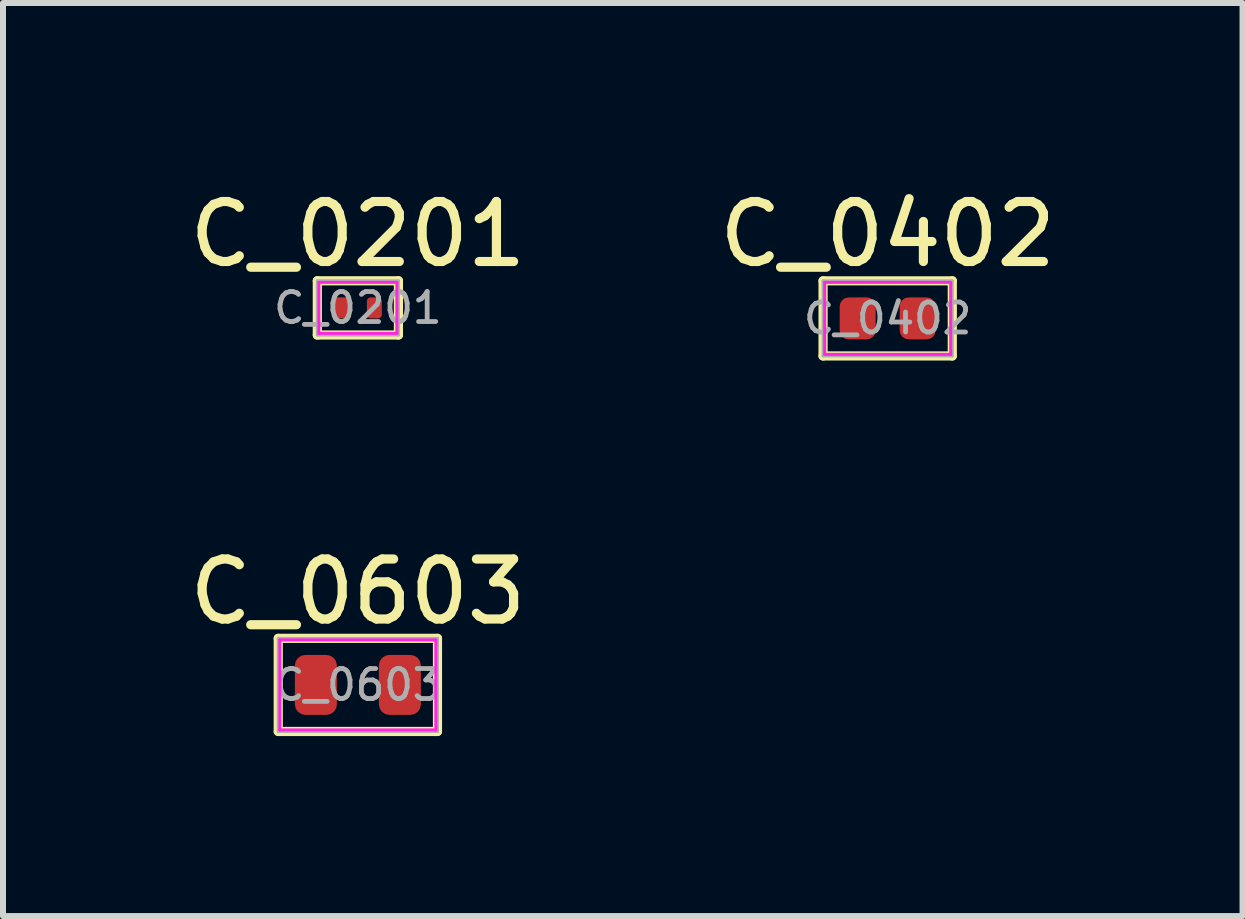
<source format=kicad_pcb>
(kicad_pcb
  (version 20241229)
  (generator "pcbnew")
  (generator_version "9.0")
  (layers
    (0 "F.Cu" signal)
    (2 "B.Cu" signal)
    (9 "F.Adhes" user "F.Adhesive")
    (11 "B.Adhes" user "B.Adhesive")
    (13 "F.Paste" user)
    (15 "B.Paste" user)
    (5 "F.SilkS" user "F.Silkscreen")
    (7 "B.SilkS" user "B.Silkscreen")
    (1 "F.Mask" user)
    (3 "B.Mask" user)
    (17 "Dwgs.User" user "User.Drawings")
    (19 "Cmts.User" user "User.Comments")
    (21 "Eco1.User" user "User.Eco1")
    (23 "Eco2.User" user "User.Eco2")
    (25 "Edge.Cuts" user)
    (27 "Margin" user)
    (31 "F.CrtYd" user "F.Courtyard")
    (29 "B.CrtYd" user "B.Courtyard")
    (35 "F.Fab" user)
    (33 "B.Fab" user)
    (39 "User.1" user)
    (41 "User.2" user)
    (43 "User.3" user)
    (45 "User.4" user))
  (footprint "C_0402"
    (layer "F.Cu")
    (at 11.746 2.257)
    (property "Reference" "C_0402" (at 0 -1.403 0) (layer "F.SilkS") (effects (font (size 1 1) (thickness 0.153))))
    (attr smd)
    (fp_line (start -1.077 -0.626) (end 1.077 -0.626) (stroke (width 0.153) (type default)) (layer "F.SilkS"))
    (fp_line (start -1.077 0.626) (end -1.077 -0.626) (stroke (width 0.153) (type default)) (layer "F.SilkS"))
    (fp_line (start 1.077 -0.626) (end 1.077 0.626) (stroke (width 0.153) (type default)) (layer "F.SilkS"))
    (fp_line (start 1.077 0.626) (end -1.077 0.626) (stroke (width 0.153) (type default)) (layer "F.SilkS"))
    (fp_line (start -1.05 -0.6) (end 1.05 -0.6) (stroke (width 0.05) (type default)) (layer "F.CrtYd"))
    (fp_line (start -1.05 0.6) (end -1.05 -0.6) (stroke (width 0.05) (type default)) (layer "F.CrtYd"))
    (fp_line (start 1.05 -0.6) (end 1.05 0.6) (stroke (width 0.05) (type default)) (layer "F.CrtYd"))
    (fp_line (start 1.05 0.6) (end -1.05 0.6) (stroke (width 0.05) (type default)) (layer "F.CrtYd"))
    (fp_line (start -1.077 -0.626) (end 1.077 -0.626) (stroke (width 0.05) (type default)) (layer "F.Fab"))
    (fp_line (start -1.077 0.626) (end -1.077 -0.626) (stroke (width 0.05) (type default)) (layer "F.Fab"))
    (fp_line (start 1.077 -0.626) (end 1.077 0.626) (stroke (width 0.05) (type default)) (layer "F.Fab"))
    (fp_line (start 1.077 0.626) (end -1.077 0.626) (stroke (width 0.05) (type default)) (layer "F.Fab"))
    (fp_text user "${REFERENCE}" (at 0 0 0) (layer "F.Fab") (effects (font (size 0.5 0.5) (thickness 0.08))))
    (pad "1" smd roundrect (at -0.5 0) (size 0.6 0.7) (layers "F.Cu" "F.Mask" "F.Paste") (roundrect_rratio 0.25))
    (pad "2" smd roundrect (at 0.5 0) (size 0.6 0.7) (layers "F.Cu" "F.Mask" "F.Paste") (roundrect_rratio 0.25)))
  (footprint "C_0603"
    (layer "F.Cu")
    (at 2.915 8.366)
    (property "Reference" "C_0603" (at 0 -1.553 0) (layer "F.SilkS") (effects (font (size 1 1) (thickness 0.153))))
    (attr smd)
    (fp_line (start -1.327 -0.776) (end 1.327 -0.776) (stroke (width 0.153) (type default)) (layer "F.SilkS"))
    (fp_line (start -1.327 0.776) (end -1.327 -0.776) (stroke (width 0.153) (type default)) (layer "F.SilkS"))
    (fp_line (start 1.327 -0.776) (end 1.327 0.776) (stroke (width 0.153) (type default)) (layer "F.SilkS"))
    (fp_line (start 1.327 0.776) (end -1.327 0.776) (stroke (width 0.153) (type default)) (layer "F.SilkS"))
    (fp_line (start -1.3 -0.75) (end 1.3 -0.75) (stroke (width 0.05) (type default)) (layer "F.CrtYd"))
    (fp_line (start -1.3 0.75) (end -1.3 -0.75) (stroke (width 0.05) (type default)) (layer "F.CrtYd"))
    (fp_line (start 1.3 -0.75) (end 1.3 0.75) (stroke (width 0.05) (type default)) (layer "F.CrtYd"))
    (fp_line (start 1.3 0.75) (end -1.3 0.75) (stroke (width 0.05) (type default)) (layer "F.CrtYd"))
    (fp_line (start -1.327 -0.776) (end 1.327 -0.776) (stroke (width 0.05) (type default)) (layer "F.Fab"))
    (fp_line (start -1.327 0.776) (end -1.327 -0.776) (stroke (width 0.05) (type default)) (layer "F.Fab"))
    (fp_line (start 1.327 -0.776) (end 1.327 0.776) (stroke (width 0.05) (type default)) (layer "F.Fab"))
    (fp_line (start 1.327 0.776) (end -1.327 0.776) (stroke (width 0.05) (type default)) (layer "F.Fab"))
    (fp_text user "${REFERENCE}" (at 0 0 0) (layer "F.Fab") (effects (font (size 0.5 0.5) (thickness 0.08))))
    (pad "1" smd roundrect (at -0.7 0) (size 0.7 1) (layers "F.Cu" "F.Mask" "F.Paste") (roundrect_rratio 0.25))
    (pad "2" smd roundrect (at 0.7 0) (size 0.7 1) (layers "F.Cu" "F.Mask" "F.Paste") (roundrect_rratio 0.25)))
  (footprint "C_0201"
    (layer "F.Cu")
    (at 2.915 2.082)
    (property "Reference" "C_0201" (at 0 -1.228 0) (layer "F.SilkS") (effects (font (size 1 1) (thickness 0.153))))
    (attr smd)
    (fp_line (start -0.676 -0.452) (end 0.676 -0.452) (stroke (width 0.153) (type default)) (layer "F.SilkS"))
    (fp_line (start -0.676 0.452) (end -0.676 -0.452) (stroke (width 0.153) (type default)) (layer "F.SilkS"))
    (fp_line (start 0.676 -0.452) (end 0.676 0.452) (stroke (width 0.153) (type default)) (layer "F.SilkS"))
    (fp_line (start 0.676 0.452) (end -0.676 0.452) (stroke (width 0.153) (type default)) (layer "F.SilkS"))
    (fp_line (start -0.65 -0.425) (end 0.65 -0.425) (stroke (width 0.05) (type default)) (layer "F.CrtYd"))
    (fp_line (start -0.65 0.425) (end -0.65 -0.425) (stroke (width 0.05) (type default)) (layer "F.CrtYd"))
    (fp_line (start 0.65 -0.425) (end 0.65 0.425) (stroke (width 0.05) (type default)) (layer "F.CrtYd"))
    (fp_line (start 0.65 0.425) (end -0.65 0.425) (stroke (width 0.05) (type default)) (layer "F.CrtYd"))
    (fp_line (start -0.676 -0.452) (end 0.676 -0.452) (stroke (width 0.05) (type default)) (layer "F.Fab"))
    (fp_line (start -0.676 0.452) (end -0.676 -0.452) (stroke (width 0.05) (type default)) (layer "F.Fab"))
    (fp_line (start 0.676 -0.452) (end 0.676 0.452) (stroke (width 0.05) (type default)) (layer "F.Fab"))
    (fp_line (start 0.676 0.452) (end -0.676 0.452) (stroke (width 0.05) (type default)) (layer "F.Fab"))
    (fp_text user "${REFERENCE}" (at 0 0 0) (layer "F.Fab") (effects (font (size 0.5 0.5) (thickness 0.08))))
    (pad "1" smd roundrect (at -0.275 0) (size 0.25 0.35) (layers "F.Cu" "F.Mask" "F.Paste") (roundrect_rratio 0.25))
    (pad "2" smd roundrect (at 0.275 0) (size 0.25 0.35) (layers "F.Cu" "F.Mask" "F.Paste") (roundrect_rratio 0.25)))
  (gr_rect
    (start -3 -3)
    (end 17.661 12.219)
    (stroke (width 0.1) (type default))
    (fill no)
    (layer "Edge.Cuts")))
</source>
